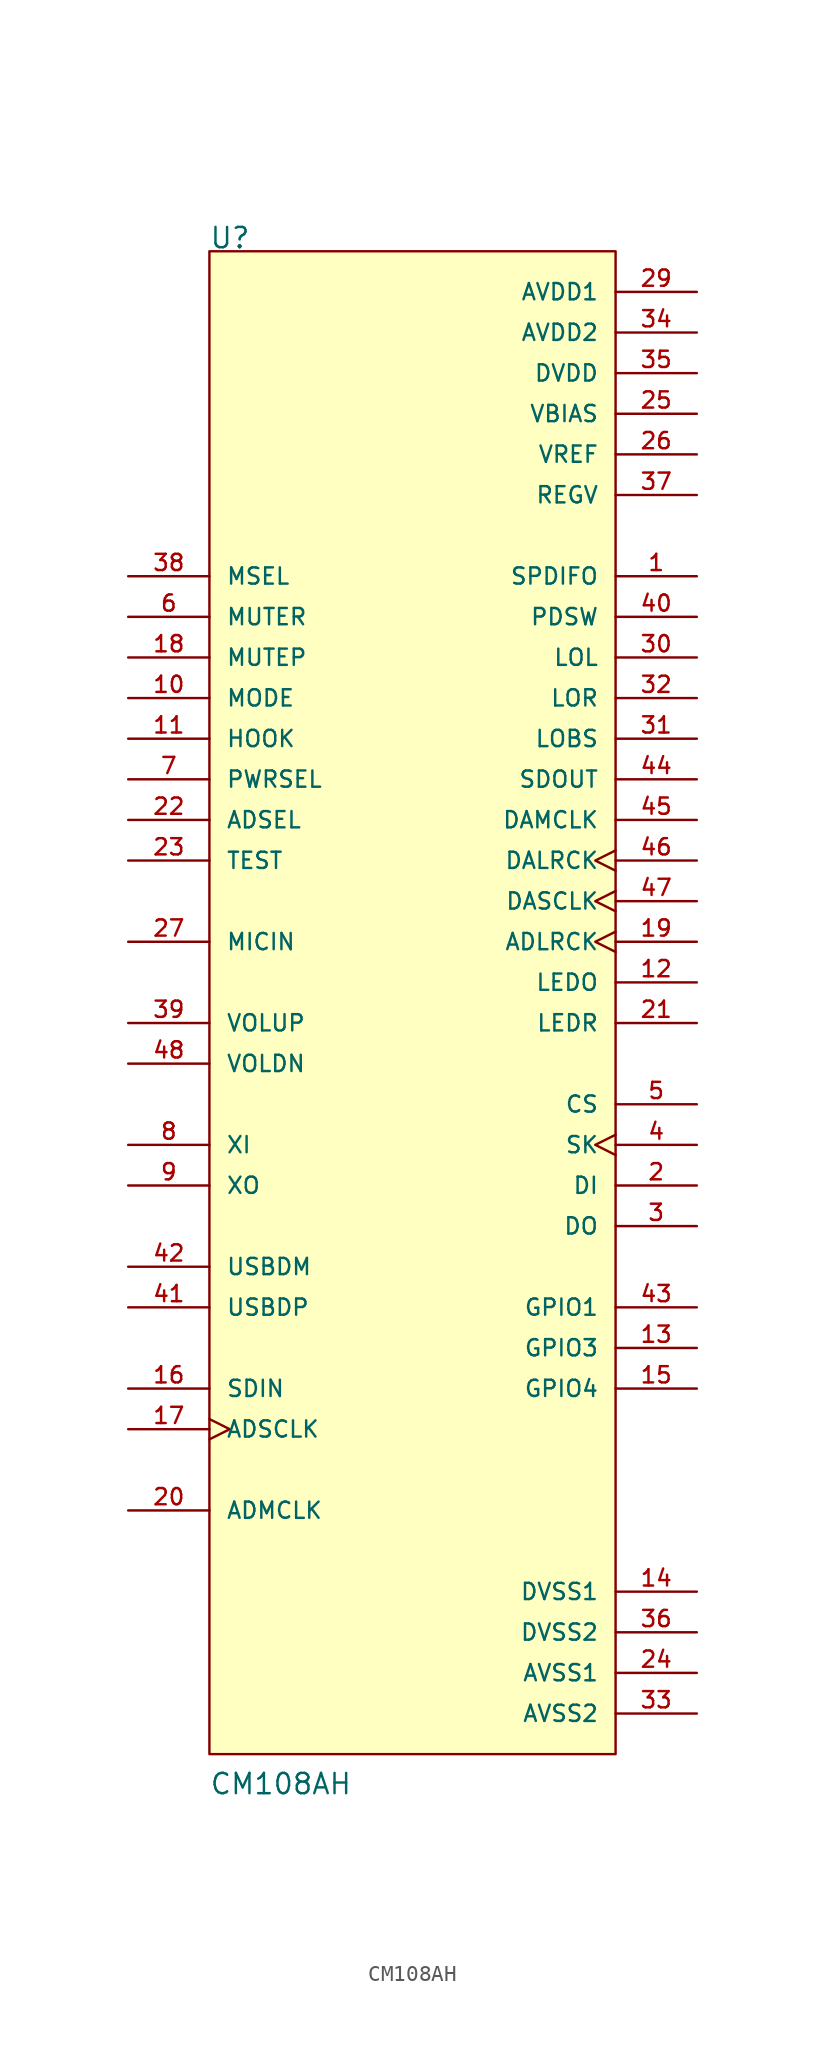
<source format=kicad_sym>
(kicad_symbol_lib
  (version 20211014)
  (generator kicad_symbol_editor)
  (symbol "CM108AH"
    (pin_names
      (offset 1.016))
    (property "Reference" "U"
      (at -12.724 48.352 0)
      (effects (font (size 1.27 1.27)) (justify bottom left)))
    (property "Value" "CM108AH"
      (at -12.717 -48.324 0)
      (effects (font (size 1.27 1.27)) (justify bottom left)))
    (symbol "CM108AH_0_0"
      (rectangle (start -12.7 -45.72) (end 12.7 48.26) (stroke (width 0.152)) (fill (type background)))
      (pin output line (at 17.78 27.94 180.0) (length 5.08) (name "SPDIFO" (effects (font (size 1.016 1.016)))) (number "1" (effects (font (size 1.016 1.016)))))
      (pin bidirectional line (at 17.78 -10.16 180.0) (length 5.08) (name "DI" (effects (font (size 1.016 1.016)))) (number "2" (effects (font (size 1.016 1.016)))))
      (pin output line (at 17.78 -12.7 180.0) (length 5.08) (name "DO" (effects (font (size 1.016 1.016)))) (number "3" (effects (font (size 1.016 1.016)))))
      (pin output clock (at 17.78 -7.62 180.0) (length 5.08) (name "SK" (effects (font (size 1.016 1.016)))) (number "4" (effects (font (size 1.016 1.016)))))
      (pin output line (at 17.78 -5.08 180.0) (length 5.08) (name "CS" (effects (font (size 1.016 1.016)))) (number "5" (effects (font (size 1.016 1.016)))))
      (pin input line (at -17.78 25.4 0) (length 5.08) (name "MUTER" (effects (font (size 1.016 1.016)))) (number "6" (effects (font (size 1.016 1.016)))))
      (pin input line (at -17.78 15.24 0) (length 5.08) (name "PWRSEL" (effects (font (size 1.016 1.016)))) (number "7" (effects (font (size 1.016 1.016)))))
      (pin input line (at -17.78 -7.62 0) (length 5.08) (name "XI" (effects (font (size 1.016 1.016)))) (number "8" (effects (font (size 1.016 1.016)))))
      (pin input line (at -17.78 20.32 0) (length 5.08) (name "MODE" (effects (font (size 1.016 1.016)))) (number "10" (effects (font (size 1.016 1.016)))))
      (pin output line (at -17.78 -10.16 0) (length 5.08) (name "XO" (effects (font (size 1.016 1.016)))) (number "9" (effects (font (size 1.016 1.016)))))
      (pin input line (at -17.78 17.78 0) (length 5.08) (name "HOOK" (effects (font (size 1.016 1.016)))) (number "11" (effects (font (size 1.016 1.016)))))
      (pin output line (at 17.78 2.54 180.0) (length 5.08) (name "LEDO" (effects (font (size 1.016 1.016)))) (number "12" (effects (font (size 1.016 1.016)))))
      (pin bidirectional line (at 17.78 -20.32 180.0) (length 5.08) (name "GPIO3" (effects (font (size 1.016 1.016)))) (number "13" (effects (font (size 1.016 1.016)))))
      (pin power_in line (at 17.78 -35.56 180.0) (length 5.08) (name "DVSS1" (effects (font (size 1.016 1.016)))) (number "14" (effects (font (size 1.016 1.016)))))
      (pin bidirectional line (at 17.78 -22.86 180.0) (length 5.08) (name "GPIO4" (effects (font (size 1.016 1.016)))) (number "15" (effects (font (size 1.016 1.016)))))
      (pin bidirectional line (at -17.78 -22.86 0) (length 5.08) (name "SDIN" (effects (font (size 1.016 1.016)))) (number "16" (effects (font (size 1.016 1.016)))))
      (pin power_in line (at 17.78 -40.64 180.0) (length 5.08) (name "AVSS1" (effects (font (size 1.016 1.016)))) (number "24" (effects (font (size 1.016 1.016)))))
      (pin power_in line (at 17.78 38.1 180.0) (length 5.08) (name "VBIAS" (effects (font (size 1.016 1.016)))) (number "25" (effects (font (size 1.016 1.016)))))
      (pin power_in line (at 17.78 35.56 180.0) (length 5.08) (name "VREF" (effects (font (size 1.016 1.016)))) (number "26" (effects (font (size 1.016 1.016)))))
      (pin input line (at -17.78 5.08 0) (length 5.08) (name "MICIN" (effects (font (size 1.016 1.016)))) (number "27" (effects (font (size 1.016 1.016)))))
      (pin power_in line (at 17.78 45.72 180.0) (length 5.08) (name "AVDD1" (effects (font (size 1.016 1.016)))) (number "29" (effects (font (size 1.016 1.016)))))
      (pin output line (at 17.78 22.86 180.0) (length 5.08) (name "LOL" (effects (font (size 1.016 1.016)))) (number "30" (effects (font (size 1.016 1.016)))))
      (pin output line (at 17.78 17.78 180.0) (length 5.08) (name "LOBS" (effects (font (size 1.016 1.016)))) (number "31" (effects (font (size 1.016 1.016)))))
      (pin output line (at 17.78 20.32 180.0) (length 5.08) (name "LOR" (effects (font (size 1.016 1.016)))) (number "32" (effects (font (size 1.016 1.016)))))
      (pin power_in line (at 17.78 -43.18 180.0) (length 5.08) (name "AVSS2" (effects (font (size 1.016 1.016)))) (number "33" (effects (font (size 1.016 1.016)))))
      (pin power_in line (at 17.78 43.18 180.0) (length 5.08) (name "AVDD2" (effects (font (size 1.016 1.016)))) (number "34" (effects (font (size 1.016 1.016)))))
      (pin power_in line (at 17.78 40.64 180.0) (length 5.08) (name "DVDD" (effects (font (size 1.016 1.016)))) (number "35" (effects (font (size 1.016 1.016)))))
      (pin power_in line (at 17.78 -38.1 180.0) (length 5.08) (name "DVSS2" (effects (font (size 1.016 1.016)))) (number "36" (effects (font (size 1.016 1.016)))))
      (pin input line (at -17.78 27.94 0) (length 5.08) (name "MSEL" (effects (font (size 1.016 1.016)))) (number "38" (effects (font (size 1.016 1.016)))))
      (pin power_in line (at 17.78 33.02 180.0) (length 5.08) (name "REGV" (effects (font (size 1.016 1.016)))) (number "37" (effects (font (size 1.016 1.016)))))
      (pin input line (at -17.78 0.0 0) (length 5.08) (name "VOLUP" (effects (font (size 1.016 1.016)))) (number "39" (effects (font (size 1.016 1.016)))))
      (pin output line (at 17.78 25.4 180.0) (length 5.08) (name "PDSW" (effects (font (size 1.016 1.016)))) (number "40" (effects (font (size 1.016 1.016)))))
      (pin bidirectional clock (at -17.78 -25.4 0) (length 5.08) (name "ADSCLK" (effects (font (size 1.016 1.016)))) (number "17" (effects (font (size 1.016 1.016)))))
      (pin input line (at -17.78 22.86 0) (length 5.08) (name "MUTEP" (effects (font (size 1.016 1.016)))) (number "18" (effects (font (size 1.016 1.016)))))
      (pin output clock (at 17.78 5.08 180.0) (length 5.08) (name "ADLRCK" (effects (font (size 1.016 1.016)))) (number "19" (effects (font (size 1.016 1.016)))))
      (pin bidirectional line (at -17.78 -30.48 0) (length 5.08) (name "ADMCLK" (effects (font (size 1.016 1.016)))) (number "20" (effects (font (size 1.016 1.016)))))
      (pin output line (at 17.78 0.0 180.0) (length 5.08) (name "LEDR" (effects (font (size 1.016 1.016)))) (number "21" (effects (font (size 1.016 1.016)))))
      (pin input line (at -17.78 12.7 0) (length 5.08) (name "ADSEL" (effects (font (size 1.016 1.016)))) (number "22" (effects (font (size 1.016 1.016)))))
      (pin input line (at -17.78 10.16 0) (length 5.08) (name "TEST" (effects (font (size 1.016 1.016)))) (number "23" (effects (font (size 1.016 1.016)))))
      (pin bidirectional line (at -17.78 -17.78 0) (length 5.08) (name "USBDP" (effects (font (size 1.016 1.016)))) (number "41" (effects (font (size 1.016 1.016)))))
      (pin bidirectional line (at -17.78 -15.24 0) (length 5.08) (name "USBDM" (effects (font (size 1.016 1.016)))) (number "42" (effects (font (size 1.016 1.016)))))
      (pin bidirectional line (at 17.78 -17.78 180.0) (length 5.08) (name "GPIO1" (effects (font (size 1.016 1.016)))) (number "43" (effects (font (size 1.016 1.016)))))
      (pin output line (at 17.78 15.24 180.0) (length 5.08) (name "SDOUT" (effects (font (size 1.016 1.016)))) (number "44" (effects (font (size 1.016 1.016)))))
      (pin output line (at 17.78 12.7 180.0) (length 5.08) (name "DAMCLK" (effects (font (size 1.016 1.016)))) (number "45" (effects (font (size 1.016 1.016)))))
      (pin output clock (at 17.78 10.16 180.0) (length 5.08) (name "DALRCK" (effects (font (size 1.016 1.016)))) (number "46" (effects (font (size 1.016 1.016)))))
      (pin output clock (at 17.78 7.62 180.0) (length 5.08) (name "DASCLK" (effects (font (size 1.016 1.016)))) (number "47" (effects (font (size 1.016 1.016)))))
      (pin input line (at -17.78 -2.54 0) (length 5.08) (name "VOLDN" (effects (font (size 1.016 1.016)))) (number "48" (effects (font (size 1.016 1.016))))))))
</source>
